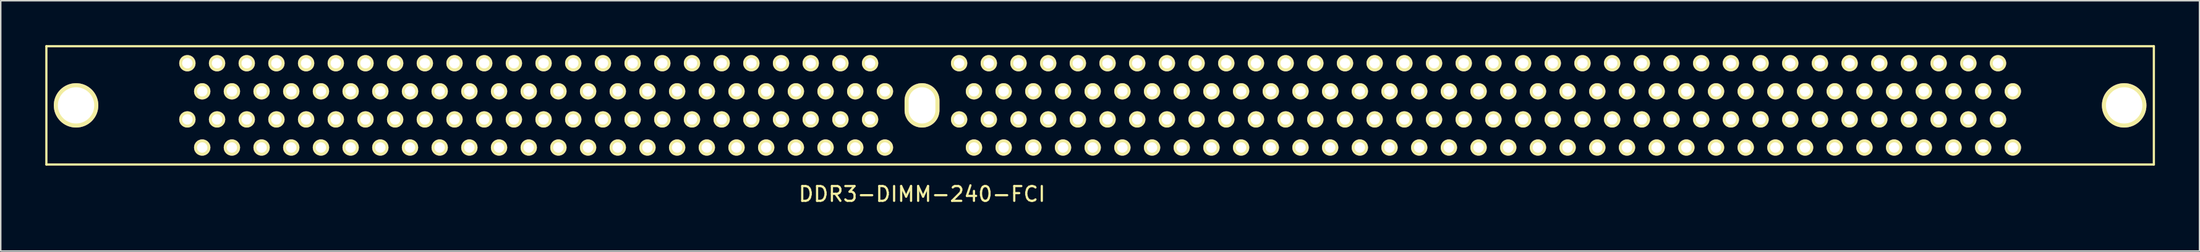
<source format=kicad_pcb>
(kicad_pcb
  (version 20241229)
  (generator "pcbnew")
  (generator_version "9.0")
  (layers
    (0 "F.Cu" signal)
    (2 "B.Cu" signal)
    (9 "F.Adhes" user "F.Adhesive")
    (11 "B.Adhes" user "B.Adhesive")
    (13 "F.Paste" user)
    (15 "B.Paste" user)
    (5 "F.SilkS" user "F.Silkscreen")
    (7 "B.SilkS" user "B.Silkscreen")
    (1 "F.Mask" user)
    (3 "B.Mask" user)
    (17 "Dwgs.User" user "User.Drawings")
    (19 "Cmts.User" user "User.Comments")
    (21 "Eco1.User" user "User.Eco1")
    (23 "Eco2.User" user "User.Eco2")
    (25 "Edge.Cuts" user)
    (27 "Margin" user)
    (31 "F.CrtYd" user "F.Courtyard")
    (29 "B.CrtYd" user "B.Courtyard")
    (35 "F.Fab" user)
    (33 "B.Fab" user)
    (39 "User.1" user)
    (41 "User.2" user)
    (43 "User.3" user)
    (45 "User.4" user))
  (footprint "DDR3-DIMM-240-FCI"
    (layer "F.Cu")
    (at 59.075 4.075)
    (property "Reference" "DDR3-DIMM-240-FCI" (at 0 6 0) (layer "F.SilkS") (effects (font (size 1 1) (thickness 0.15))))
    (attr through_hole)
    (fp_line (start -59 -4) (end -59 4) (stroke (width 0.15) (type solid)) (layer "F.SilkS"))
    (fp_line (start -59 -4) (end 83 -4) (stroke (width 0.15) (type solid)) (layer "F.SilkS"))
    (fp_line (start -59 4) (end 83 4) (stroke (width 0.15) (type solid)) (layer "F.SilkS"))
    (fp_line (start 83 -4) (end 83 4) (stroke (width 0.15) (type solid)) (layer "F.SilkS"))
    (pad "" thru_hole circle (at -57 0) (size 3 3) (drill 2.45) (layers "*.Cu" "*.Mask" "F.SilkS"))
    (pad "" thru_hole oval (at 0 0) (size 2.35 3) (drill oval 1.8 2.45) (layers "*.Cu" "*.Mask" "F.SilkS"))
    (pad "" thru_hole circle (at 81 0) (size 3 3) (drill 2.45) (layers "*.Cu" "*.Mask" "F.SilkS"))
    (pad "1" thru_hole circle (at -49.5 0.95) (size 1.1 1.1) (drill 0.7) (layers "*.Cu" "*.Mask" "F.SilkS"))
    (pad "2" thru_hole circle (at -48.5 2.85) (size 1.1 1.1) (drill 0.7) (layers "*.Cu" "*.Mask" "F.SilkS"))
    (pad "3" thru_hole circle (at -47.5 0.95) (size 1.1 1.1) (drill 0.7) (layers "*.Cu" "*.Mask" "F.SilkS"))
    (pad "4" thru_hole circle (at -46.5 2.85) (size 1.1 1.1) (drill 0.7) (layers "*.Cu" "*.Mask" "F.SilkS"))
    (pad "5" thru_hole circle (at -45.5 0.95) (size 1.1 1.1) (drill 0.7) (layers "*.Cu" "*.Mask" "F.SilkS"))
    (pad "6" thru_hole circle (at -44.5 2.85) (size 1.1 1.1) (drill 0.7) (layers "*.Cu" "*.Mask" "F.SilkS"))
    (pad "7" thru_hole circle (at -43.5 0.95) (size 1.1 1.1) (drill 0.7) (layers "*.Cu" "*.Mask" "F.SilkS"))
    (pad "8" thru_hole circle (at -42.5 2.85) (size 1.1 1.1) (drill 0.7) (layers "*.Cu" "*.Mask" "F.SilkS"))
    (pad "9" thru_hole circle (at -41.5 0.95) (size 1.1 1.1) (drill 0.7) (layers "*.Cu" "*.Mask" "F.SilkS"))
    (pad "10" thru_hole circle (at -40.5 2.85) (size 1.1 1.1) (drill 0.7) (layers "*.Cu" "*.Mask" "F.SilkS"))
    (pad "11" thru_hole circle (at -39.5 0.95) (size 1.1 1.1) (drill 0.7) (layers "*.Cu" "*.Mask" "F.SilkS"))
    (pad "12" thru_hole circle (at -38.5 2.85) (size 1.1 1.1) (drill 0.7) (layers "*.Cu" "*.Mask" "F.SilkS"))
    (pad "13" thru_hole circle (at -37.5 0.95) (size 1.1 1.1) (drill 0.7) (layers "*.Cu" "*.Mask" "F.SilkS"))
    (pad "14" thru_hole circle (at -36.5 2.85) (size 1.1 1.1) (drill 0.7) (layers "*.Cu" "*.Mask" "F.SilkS"))
    (pad "15" thru_hole circle (at -35.5 0.95) (size 1.1 1.1) (drill 0.7) (layers "*.Cu" "*.Mask" "F.SilkS"))
    (pad "16" thru_hole circle (at -34.5 2.85) (size 1.1 1.1) (drill 0.7) (layers "*.Cu" "*.Mask" "F.SilkS"))
    (pad "17" thru_hole circle (at -33.5 0.95) (size 1.1 1.1) (drill 0.7) (layers "*.Cu" "*.Mask" "F.SilkS"))
    (pad "18" thru_hole circle (at -32.5 2.85) (size 1.1 1.1) (drill 0.7) (layers "*.Cu" "*.Mask" "F.SilkS"))
    (pad "19" thru_hole circle (at -31.5 0.95) (size 1.1 1.1) (drill 0.7) (layers "*.Cu" "*.Mask" "F.SilkS"))
    (pad "20" thru_hole circle (at -30.5 2.85) (size 1.1 1.1) (drill 0.7) (layers "*.Cu" "*.Mask" "F.SilkS"))
    (pad "21" thru_hole circle (at -29.5 0.95) (size 1.1 1.1) (drill 0.7) (layers "*.Cu" "*.Mask" "F.SilkS"))
    (pad "22" thru_hole circle (at -28.5 2.85) (size 1.1 1.1) (drill 0.7) (layers "*.Cu" "*.Mask" "F.SilkS"))
    (pad "23" thru_hole circle (at -27.5 0.95) (size 1.1 1.1) (drill 0.7) (layers "*.Cu" "*.Mask" "F.SilkS"))
    (pad "24" thru_hole circle (at -26.5 2.85) (size 1.1 1.1) (drill 0.7) (layers "*.Cu" "*.Mask" "F.SilkS"))
    (pad "25" thru_hole circle (at -25.5 0.95) (size 1.1 1.1) (drill 0.7) (layers "*.Cu" "*.Mask" "F.SilkS"))
    (pad "26" thru_hole circle (at -24.5 2.85) (size 1.1 1.1) (drill 0.7) (layers "*.Cu" "*.Mask" "F.SilkS"))
    (pad "27" thru_hole circle (at -23.5 0.95) (size 1.1 1.1) (drill 0.7) (layers "*.Cu" "*.Mask" "F.SilkS"))
    (pad "28" thru_hole circle (at -22.5 2.85) (size 1.1 1.1) (drill 0.7) (layers "*.Cu" "*.Mask" "F.SilkS"))
    (pad "29" thru_hole circle (at -21.5 0.95) (size 1.1 1.1) (drill 0.7) (layers "*.Cu" "*.Mask" "F.SilkS"))
    (pad "30" thru_hole circle (at -20.5 2.85) (size 1.1 1.1) (drill 0.7) (layers "*.Cu" "*.Mask" "F.SilkS"))
    (pad "31" thru_hole circle (at -19.5 0.95) (size 1.1 1.1) (drill 0.7) (layers "*.Cu" "*.Mask" "F.SilkS"))
    (pad "32" thru_hole circle (at -18.5 2.85) (size 1.1 1.1) (drill 0.7) (layers "*.Cu" "*.Mask" "F.SilkS"))
    (pad "33" thru_hole circle (at -17.5 0.95) (size 1.1 1.1) (drill 0.7) (layers "*.Cu" "*.Mask" "F.SilkS"))
    (pad "34" thru_hole circle (at -16.5 2.85) (size 1.1 1.1) (drill 0.7) (layers "*.Cu" "*.Mask" "F.SilkS"))
    (pad "35" thru_hole circle (at -15.5 0.95) (size 1.1 1.1) (drill 0.7) (layers "*.Cu" "*.Mask" "F.SilkS"))
    (pad "36" thru_hole circle (at -14.5 2.85) (size 1.1 1.1) (drill 0.7) (layers "*.Cu" "*.Mask" "F.SilkS"))
    (pad "37" thru_hole circle (at -13.5 0.95) (size 1.1 1.1) (drill 0.7) (layers "*.Cu" "*.Mask" "F.SilkS"))
    (pad "38" thru_hole circle (at -12.5 2.85) (size 1.1 1.1) (drill 0.7) (layers "*.Cu" "*.Mask" "F.SilkS"))
    (pad "39" thru_hole circle (at -11.5 0.95) (size 1.1 1.1) (drill 0.7) (layers "*.Cu" "*.Mask" "F.SilkS"))
    (pad "40" thru_hole circle (at -10.5 2.85) (size 1.1 1.1) (drill 0.7) (layers "*.Cu" "*.Mask" "F.SilkS"))
    (pad "41" thru_hole circle (at -9.5 0.95) (size 1.1 1.1) (drill 0.7) (layers "*.Cu" "*.Mask" "F.SilkS"))
    (pad "42" thru_hole circle (at -8.5 2.85) (size 1.1 1.1) (drill 0.7) (layers "*.Cu" "*.Mask" "F.SilkS"))
    (pad "43" thru_hole circle (at -7.5 0.95) (size 1.1 1.1) (drill 0.7) (layers "*.Cu" "*.Mask" "F.SilkS"))
    (pad "44" thru_hole circle (at -6.5 2.85) (size 1.1 1.1) (drill 0.7) (layers "*.Cu" "*.Mask" "F.SilkS"))
    (pad "45" thru_hole circle (at -5.5 0.95) (size 1.1 1.1) (drill 0.7) (layers "*.Cu" "*.Mask" "F.SilkS"))
    (pad "46" thru_hole circle (at -4.5 2.85) (size 1.1 1.1) (drill 0.7) (layers "*.Cu" "*.Mask" "F.SilkS"))
    (pad "47" thru_hole circle (at -3.5 0.95) (size 1.1 1.1) (drill 0.7) (layers "*.Cu" "*.Mask" "F.SilkS"))
    (pad "48" thru_hole circle (at -2.5 2.85) (size 1.1 1.1) (drill 0.7) (layers "*.Cu" "*.Mask" "F.SilkS"))
    (pad "49" thru_hole circle (at 2.5 0.95) (size 1.1 1.1) (drill 0.7) (layers "*.Cu" "*.Mask" "F.SilkS"))
    (pad "50" thru_hole circle (at 3.5 2.85) (size 1.1 1.1) (drill 0.7) (layers "*.Cu" "*.Mask" "F.SilkS"))
    (pad "51" thru_hole circle (at 4.5 0.95) (size 1.1 1.1) (drill 0.7) (layers "*.Cu" "*.Mask" "F.SilkS"))
    (pad "52" thru_hole circle (at 5.5 2.85) (size 1.1 1.1) (drill 0.7) (layers "*.Cu" "*.Mask" "F.SilkS"))
    (pad "53" thru_hole circle (at 6.5 0.95) (size 1.1 1.1) (drill 0.7) (layers "*.Cu" "*.Mask" "F.SilkS"))
    (pad "54" thru_hole circle (at 7.5 2.85) (size 1.1 1.1) (drill 0.7) (layers "*.Cu" "*.Mask" "F.SilkS"))
    (pad "55" thru_hole circle (at 8.5 0.95) (size 1.1 1.1) (drill 0.7) (layers "*.Cu" "*.Mask" "F.SilkS"))
    (pad "56" thru_hole circle (at 9.5 2.85) (size 1.1 1.1) (drill 0.7) (layers "*.Cu" "*.Mask" "F.SilkS"))
    (pad "57" thru_hole circle (at 10.5 0.95) (size 1.1 1.1) (drill 0.7) (layers "*.Cu" "*.Mask" "F.SilkS"))
    (pad "58" thru_hole circle (at 11.5 2.85) (size 1.1 1.1) (drill 0.7) (layers "*.Cu" "*.Mask" "F.SilkS"))
    (pad "59" thru_hole circle (at 12.5 0.95) (size 1.1 1.1) (drill 0.7) (layers "*.Cu" "*.Mask" "F.SilkS"))
    (pad "60" thru_hole circle (at 13.5 2.85) (size 1.1 1.1) (drill 0.7) (layers "*.Cu" "*.Mask" "F.SilkS"))
    (pad "61" thru_hole circle (at 14.5 0.95) (size 1.1 1.1) (drill 0.7) (layers "*.Cu" "*.Mask" "F.SilkS"))
    (pad "62" thru_hole circle (at 15.5 2.85) (size 1.1 1.1) (drill 0.7) (layers "*.Cu" "*.Mask" "F.SilkS"))
    (pad "63" thru_hole circle (at 16.5 0.95) (size 1.1 1.1) (drill 0.7) (layers "*.Cu" "*.Mask" "F.SilkS"))
    (pad "64" thru_hole circle (at 17.5 2.85) (size 1.1 1.1) (drill 0.7) (layers "*.Cu" "*.Mask" "F.SilkS"))
    (pad "65" thru_hole circle (at 18.5 0.95) (size 1.1 1.1) (drill 0.7) (layers "*.Cu" "*.Mask" "F.SilkS"))
    (pad "66" thru_hole circle (at 19.5 2.85) (size 1.1 1.1) (drill 0.7) (layers "*.Cu" "*.Mask" "F.SilkS"))
    (pad "67" thru_hole circle (at 20.5 0.95) (size 1.1 1.1) (drill 0.7) (layers "*.Cu" "*.Mask" "F.SilkS"))
    (pad "68" thru_hole circle (at 21.5 2.85) (size 1.1 1.1) (drill 0.7) (layers "*.Cu" "*.Mask" "F.SilkS"))
    (pad "69" thru_hole circle (at 22.5 0.95) (size 1.1 1.1) (drill 0.7) (layers "*.Cu" "*.Mask" "F.SilkS"))
    (pad "70" thru_hole circle (at 23.5 2.85) (size 1.1 1.1) (drill 0.7) (layers "*.Cu" "*.Mask" "F.SilkS"))
    (pad "71" thru_hole circle (at 24.5 0.95) (size 1.1 1.1) (drill 0.7) (layers "*.Cu" "*.Mask" "F.SilkS"))
    (pad "72" thru_hole circle (at 25.5 2.85) (size 1.1 1.1) (drill 0.7) (layers "*.Cu" "*.Mask" "F.SilkS"))
    (pad "73" thru_hole circle (at 26.5 0.95) (size 1.1 1.1) (drill 0.7) (layers "*.Cu" "*.Mask" "F.SilkS"))
    (pad "74" thru_hole circle (at 27.5 2.85) (size 1.1 1.1) (drill 0.7) (layers "*.Cu" "*.Mask" "F.SilkS"))
    (pad "75" thru_hole circle (at 28.5 0.95) (size 1.1 1.1) (drill 0.7) (layers "*.Cu" "*.Mask" "F.SilkS"))
    (pad "76" thru_hole circle (at 29.5 2.85) (size 1.1 1.1) (drill 0.7) (layers "*.Cu" "*.Mask" "F.SilkS"))
    (pad "77" thru_hole circle (at 30.5 0.95) (size 1.1 1.1) (drill 0.7) (layers "*.Cu" "*.Mask" "F.SilkS"))
    (pad "78" thru_hole circle (at 31.5 2.85) (size 1.1 1.1) (drill 0.7) (layers "*.Cu" "*.Mask" "F.SilkS"))
    (pad "79" thru_hole circle (at 32.5 0.95) (size 1.1 1.1) (drill 0.7) (layers "*.Cu" "*.Mask" "F.SilkS"))
    (pad "80" thru_hole circle (at 33.5 2.85) (size 1.1 1.1) (drill 0.7) (layers "*.Cu" "*.Mask" "F.SilkS"))
    (pad "81" thru_hole circle (at 34.5 0.95) (size 1.1 1.1) (drill 0.7) (layers "*.Cu" "*.Mask" "F.SilkS"))
    (pad "82" thru_hole circle (at 35.5 2.85) (size 1.1 1.1) (drill 0.7) (layers "*.Cu" "*.Mask" "F.SilkS"))
    (pad "83" thru_hole circle (at 36.5 0.95) (size 1.1 1.1) (drill 0.7) (layers "*.Cu" "*.Mask" "F.SilkS"))
    (pad "84" thru_hole circle (at 37.5 2.85) (size 1.1 1.1) (drill 0.7) (layers "*.Cu" "*.Mask" "F.SilkS"))
    (pad "85" thru_hole circle (at 38.5 0.95) (size 1.1 1.1) (drill 0.7) (layers "*.Cu" "*.Mask" "F.SilkS"))
    (pad "86" thru_hole circle (at 39.5 2.85) (size 1.1 1.1) (drill 0.7) (layers "*.Cu" "*.Mask" "F.SilkS"))
    (pad "87" thru_hole circle (at 40.5 0.95) (size 1.1 1.1) (drill 0.7) (layers "*.Cu" "*.Mask" "F.SilkS"))
    (pad "88" thru_hole circle (at 41.5 2.85) (size 1.1 1.1) (drill 0.7) (layers "*.Cu" "*.Mask" "F.SilkS"))
    (pad "89" thru_hole circle (at 42.5 0.95) (size 1.1 1.1) (drill 0.7) (layers "*.Cu" "*.Mask" "F.SilkS"))
    (pad "90" thru_hole circle (at 43.5 2.85) (size 1.1 1.1) (drill 0.7) (layers "*.Cu" "*.Mask" "F.SilkS"))
    (pad "91" thru_hole circle (at 44.5 0.95) (size 1.1 1.1) (drill 0.7) (layers "*.Cu" "*.Mask" "F.SilkS"))
    (pad "92" thru_hole circle (at 45.5 2.85) (size 1.1 1.1) (drill 0.7) (layers "*.Cu" "*.Mask" "F.SilkS"))
    (pad "93" thru_hole circle (at 46.5 0.95) (size 1.1 1.1) (drill 0.7) (layers "*.Cu" "*.Mask" "F.SilkS"))
    (pad "94" thru_hole circle (at 47.5 2.85) (size 1.1 1.1) (drill 0.7) (layers "*.Cu" "*.Mask" "F.SilkS"))
    (pad "95" thru_hole circle (at 48.5 0.95) (size 1.1 1.1) (drill 0.7) (layers "*.Cu" "*.Mask" "F.SilkS"))
    (pad "96" thru_hole circle (at 49.5 2.85) (size 1.1 1.1) (drill 0.7) (layers "*.Cu" "*.Mask" "F.SilkS"))
    (pad "97" thru_hole circle (at 50.5 0.95) (size 1.1 1.1) (drill 0.7) (layers "*.Cu" "*.Mask" "F.SilkS"))
    (pad "98" thru_hole circle (at 51.5 2.85) (size 1.1 1.1) (drill 0.7) (layers "*.Cu" "*.Mask" "F.SilkS"))
    (pad "99" thru_hole circle (at 52.5 0.95) (size 1.1 1.1) (drill 0.7) (layers "*.Cu" "*.Mask" "F.SilkS"))
    (pad "100" thru_hole circle (at 53.5 2.85) (size 1.1 1.1) (drill 0.7) (layers "*.Cu" "*.Mask" "F.SilkS"))
    (pad "101" thru_hole circle (at 54.5 0.95) (size 1.1 1.1) (drill 0.7) (layers "*.Cu" "*.Mask" "F.SilkS"))
    (pad "102" thru_hole circle (at 55.5 2.85) (size 1.1 1.1) (drill 0.7) (layers "*.Cu" "*.Mask" "F.SilkS"))
    (pad "103" thru_hole circle (at 56.5 0.95) (size 1.1 1.1) (drill 0.7) (layers "*.Cu" "*.Mask" "F.SilkS"))
    (pad "104" thru_hole circle (at 57.5 2.85) (size 1.1 1.1) (drill 0.7) (layers "*.Cu" "*.Mask" "F.SilkS"))
    (pad "105" thru_hole circle (at 58.5 0.95) (size 1.1 1.1) (drill 0.7) (layers "*.Cu" "*.Mask" "F.SilkS"))
    (pad "106" thru_hole circle (at 59.5 2.85) (size 1.1 1.1) (drill 0.7) (layers "*.Cu" "*.Mask" "F.SilkS"))
    (pad "107" thru_hole circle (at 60.5 0.95) (size 1.1 1.1) (drill 0.7) (layers "*.Cu" "*.Mask" "F.SilkS"))
    (pad "108" thru_hole circle (at 61.5 2.85) (size 1.1 1.1) (drill 0.7) (layers "*.Cu" "*.Mask" "F.SilkS"))
    (pad "109" thru_hole circle (at 62.5 0.95) (size 1.1 1.1) (drill 0.7) (layers "*.Cu" "*.Mask" "F.SilkS"))
    (pad "110" thru_hole circle (at 63.5 2.85) (size 1.1 1.1) (drill 0.7) (layers "*.Cu" "*.Mask" "F.SilkS"))
    (pad "111" thru_hole circle (at 64.5 0.95) (size 1.1 1.1) (drill 0.7) (layers "*.Cu" "*.Mask" "F.SilkS"))
    (pad "112" thru_hole circle (at 65.5 2.85) (size 1.1 1.1) (drill 0.7) (layers "*.Cu" "*.Mask" "F.SilkS"))
    (pad "113" thru_hole circle (at 66.5 0.95) (size 1.1 1.1) (drill 0.7) (layers "*.Cu" "*.Mask" "F.SilkS"))
    (pad "114" thru_hole circle (at 67.5 2.85) (size 1.1 1.1) (drill 0.7) (layers "*.Cu" "*.Mask" "F.SilkS"))
    (pad "115" thru_hole circle (at 68.5 0.95) (size 1.1 1.1) (drill 0.7) (layers "*.Cu" "*.Mask" "F.SilkS"))
    (pad "116" thru_hole circle (at 69.5 2.85) (size 1.1 1.1) (drill 0.7) (layers "*.Cu" "*.Mask" "F.SilkS"))
    (pad "117" thru_hole circle (at 70.5 0.95) (size 1.1 1.1) (drill 0.7) (layers "*.Cu" "*.Mask" "F.SilkS"))
    (pad "118" thru_hole circle (at 71.5 2.85) (size 1.1 1.1) (drill 0.7) (layers "*.Cu" "*.Mask" "F.SilkS"))
    (pad "119" thru_hole circle (at 72.5 0.95) (size 1.1 1.1) (drill 0.7) (layers "*.Cu" "*.Mask" "F.SilkS"))
    (pad "120" thru_hole circle (at 73.5 2.85) (size 1.1 1.1) (drill 0.7) (layers "*.Cu" "*.Mask" "F.SilkS"))
    (pad "121" thru_hole circle (at -49.5 -2.85) (size 1.1 1.1) (drill 0.7) (layers "*.Cu" "*.Mask" "F.SilkS"))
    (pad "122" thru_hole circle (at -48.5 -0.95) (size 1.1 1.1) (drill 0.7) (layers "*.Cu" "*.Mask" "F.SilkS"))
    (pad "123" thru_hole circle (at -47.5 -2.85) (size 1.1 1.1) (drill 0.7) (layers "*.Cu" "*.Mask" "F.SilkS"))
    (pad "124" thru_hole circle (at -46.5 -0.95) (size 1.1 1.1) (drill 0.7) (layers "*.Cu" "*.Mask" "F.SilkS"))
    (pad "125" thru_hole circle (at -45.5 -2.85) (size 1.1 1.1) (drill 0.7) (layers "*.Cu" "*.Mask" "F.SilkS"))
    (pad "126" thru_hole circle (at -44.5 -0.95) (size 1.1 1.1) (drill 0.7) (layers "*.Cu" "*.Mask" "F.SilkS"))
    (pad "127" thru_hole circle (at -43.5 -2.85) (size 1.1 1.1) (drill 0.7) (layers "*.Cu" "*.Mask" "F.SilkS"))
    (pad "128" thru_hole circle (at -42.5 -0.95) (size 1.1 1.1) (drill 0.7) (layers "*.Cu" "*.Mask" "F.SilkS"))
    (pad "129" thru_hole circle (at -41.5 -2.85) (size 1.1 1.1) (drill 0.7) (layers "*.Cu" "*.Mask" "F.SilkS"))
    (pad "130" thru_hole circle (at -40.5 -0.95) (size 1.1 1.1) (drill 0.7) (layers "*.Cu" "*.Mask" "F.SilkS"))
    (pad "131" thru_hole circle (at -39.5 -2.85) (size 1.1 1.1) (drill 0.7) (layers "*.Cu" "*.Mask" "F.SilkS"))
    (pad "132" thru_hole circle (at -38.5 -0.95) (size 1.1 1.1) (drill 0.7) (layers "*.Cu" "*.Mask" "F.SilkS"))
    (pad "133" thru_hole circle (at -37.5 -2.85) (size 1.1 1.1) (drill 0.7) (layers "*.Cu" "*.Mask" "F.SilkS"))
    (pad "134" thru_hole circle (at -36.5 -0.95) (size 1.1 1.1) (drill 0.7) (layers "*.Cu" "*.Mask" "F.SilkS"))
    (pad "135" thru_hole circle (at -35.5 -2.85) (size 1.1 1.1) (drill 0.7) (layers "*.Cu" "*.Mask" "F.SilkS"))
    (pad "136" thru_hole circle (at -34.5 -0.95) (size 1.1 1.1) (drill 0.7) (layers "*.Cu" "*.Mask" "F.SilkS"))
    (pad "137" thru_hole circle (at -33.5 -2.85) (size 1.1 1.1) (drill 0.7) (layers "*.Cu" "*.Mask" "F.SilkS"))
    (pad "138" thru_hole circle (at -32.5 -0.95) (size 1.1 1.1) (drill 0.7) (layers "*.Cu" "*.Mask" "F.SilkS"))
    (pad "139" thru_hole circle (at -31.5 -2.85) (size 1.1 1.1) (drill 0.7) (layers "*.Cu" "*.Mask" "F.SilkS"))
    (pad "140" thru_hole circle (at -30.5 -0.95) (size 1.1 1.1) (drill 0.7) (layers "*.Cu" "*.Mask" "F.SilkS"))
    (pad "141" thru_hole circle (at -29.5 -2.85) (size 1.1 1.1) (drill 0.7) (layers "*.Cu" "*.Mask" "F.SilkS"))
    (pad "142" thru_hole circle (at -28.5 -0.95) (size 1.1 1.1) (drill 0.7) (layers "*.Cu" "*.Mask" "F.SilkS"))
    (pad "143" thru_hole circle (at -27.5 -2.85) (size 1.1 1.1) (drill 0.7) (layers "*.Cu" "*.Mask" "F.SilkS"))
    (pad "144" thru_hole circle (at -26.5 -0.95) (size 1.1 1.1) (drill 0.7) (layers "*.Cu" "*.Mask" "F.SilkS"))
    (pad "145" thru_hole circle (at -25.5 -2.85) (size 1.1 1.1) (drill 0.7) (layers "*.Cu" "*.Mask" "F.SilkS"))
    (pad "146" thru_hole circle (at -24.5 -0.95) (size 1.1 1.1) (drill 0.7) (layers "*.Cu" "*.Mask" "F.SilkS"))
    (pad "147" thru_hole circle (at -23.5 -2.85) (size 1.1 1.1) (drill 0.7) (layers "*.Cu" "*.Mask" "F.SilkS"))
    (pad "148" thru_hole circle (at -22.5 -0.95) (size 1.1 1.1) (drill 0.7) (layers "*.Cu" "*.Mask" "F.SilkS"))
    (pad "149" thru_hole circle (at -21.5 -2.85) (size 1.1 1.1) (drill 0.7) (layers "*.Cu" "*.Mask" "F.SilkS"))
    (pad "150" thru_hole circle (at -20.5 -0.95) (size 1.1 1.1) (drill 0.7) (layers "*.Cu" "*.Mask" "F.SilkS"))
    (pad "151" thru_hole circle (at -19.5 -2.85) (size 1.1 1.1) (drill 0.7) (layers "*.Cu" "*.Mask" "F.SilkS"))
    (pad "152" thru_hole circle (at -18.5 -0.95) (size 1.1 1.1) (drill 0.7) (layers "*.Cu" "*.Mask" "F.SilkS"))
    (pad "153" thru_hole circle (at -17.5 -2.85) (size 1.1 1.1) (drill 0.7) (layers "*.Cu" "*.Mask" "F.SilkS"))
    (pad "154" thru_hole circle (at -16.5 -0.95) (size 1.1 1.1) (drill 0.7) (layers "*.Cu" "*.Mask" "F.SilkS"))
    (pad "155" thru_hole circle (at -15.5 -2.85) (size 1.1 1.1) (drill 0.7) (layers "*.Cu" "*.Mask" "F.SilkS"))
    (pad "156" thru_hole circle (at -14.5 -0.95) (size 1.1 1.1) (drill 0.7) (layers "*.Cu" "*.Mask" "F.SilkS"))
    (pad "157" thru_hole circle (at -13.5 -2.85) (size 1.1 1.1) (drill 0.7) (layers "*.Cu" "*.Mask" "F.SilkS"))
    (pad "158" thru_hole circle (at -12.5 -0.95) (size 1.1 1.1) (drill 0.7) (layers "*.Cu" "*.Mask" "F.SilkS"))
    (pad "159" thru_hole circle (at -11.5 -2.85) (size 1.1 1.1) (drill 0.7) (layers "*.Cu" "*.Mask" "F.SilkS"))
    (pad "160" thru_hole circle (at -10.5 -0.95) (size 1.1 1.1) (drill 0.7) (layers "*.Cu" "*.Mask" "F.SilkS"))
    (pad "161" thru_hole circle (at -9.5 -2.85) (size 1.1 1.1) (drill 0.7) (layers "*.Cu" "*.Mask" "F.SilkS"))
    (pad "162" thru_hole circle (at -8.5 -0.95) (size 1.1 1.1) (drill 0.7) (layers "*.Cu" "*.Mask" "F.SilkS"))
    (pad "163" thru_hole circle (at -7.5 -2.85) (size 1.1 1.1) (drill 0.7) (layers "*.Cu" "*.Mask" "F.SilkS"))
    (pad "164" thru_hole circle (at -6.5 -0.95) (size 1.1 1.1) (drill 0.7) (layers "*.Cu" "*.Mask" "F.SilkS"))
    (pad "165" thru_hole circle (at -5.5 -2.85) (size 1.1 1.1) (drill 0.7) (layers "*.Cu" "*.Mask" "F.SilkS"))
    (pad "166" thru_hole circle (at -4.5 -0.95) (size 1.1 1.1) (drill 0.7) (layers "*.Cu" "*.Mask" "F.SilkS"))
    (pad "167" thru_hole circle (at -3.5 -2.85) (size 1.1 1.1) (drill 0.7) (layers "*.Cu" "*.Mask" "F.SilkS"))
    (pad "168" thru_hole circle (at -2.5 -0.95) (size 1.1 1.1) (drill 0.7) (layers "*.Cu" "*.Mask" "F.SilkS"))
    (pad "169" thru_hole circle (at 2.5 -2.85) (size 1.1 1.1) (drill 0.7) (layers "*.Cu" "*.Mask" "F.SilkS"))
    (pad "170" thru_hole circle (at 3.5 -0.95) (size 1.1 1.1) (drill 0.7) (layers "*.Cu" "*.Mask" "F.SilkS"))
    (pad "171" thru_hole circle (at 4.5 -2.85) (size 1.1 1.1) (drill 0.7) (layers "*.Cu" "*.Mask" "F.SilkS"))
    (pad "172" thru_hole circle (at 5.5 -0.95) (size 1.1 1.1) (drill 0.7) (layers "*.Cu" "*.Mask" "F.SilkS"))
    (pad "173" thru_hole circle (at 6.5 -2.85) (size 1.1 1.1) (drill 0.7) (layers "*.Cu" "*.Mask" "F.SilkS"))
    (pad "174" thru_hole circle (at 7.5 -0.95) (size 1.1 1.1) (drill 0.7) (layers "*.Cu" "*.Mask" "F.SilkS"))
    (pad "175" thru_hole circle (at 8.5 -2.85) (size 1.1 1.1) (drill 0.7) (layers "*.Cu" "*.Mask" "F.SilkS"))
    (pad "176" thru_hole circle (at 9.5 -0.95) (size 1.1 1.1) (drill 0.7) (layers "*.Cu" "*.Mask" "F.SilkS"))
    (pad "177" thru_hole circle (at 10.5 -2.85) (size 1.1 1.1) (drill 0.7) (layers "*.Cu" "*.Mask" "F.SilkS"))
    (pad "178" thru_hole circle (at 11.5 -0.95) (size 1.1 1.1) (drill 0.7) (layers "*.Cu" "*.Mask" "F.SilkS"))
    (pad "179" thru_hole circle (at 12.5 -2.85) (size 1.1 1.1) (drill 0.7) (layers "*.Cu" "*.Mask" "F.SilkS"))
    (pad "180" thru_hole circle (at 13.5 -0.95) (size 1.1 1.1) (drill 0.7) (layers "*.Cu" "*.Mask" "F.SilkS"))
    (pad "181" thru_hole circle (at 14.5 -2.85) (size 1.1 1.1) (drill 0.7) (layers "*.Cu" "*.Mask" "F.SilkS"))
    (pad "182" thru_hole circle (at 15.5 -0.95) (size 1.1 1.1) (drill 0.7) (layers "*.Cu" "*.Mask" "F.SilkS"))
    (pad "183" thru_hole circle (at 16.5 -2.85) (size 1.1 1.1) (drill 0.7) (layers "*.Cu" "*.Mask" "F.SilkS"))
    (pad "184" thru_hole circle (at 17.5 -0.95) (size 1.1 1.1) (drill 0.7) (layers "*.Cu" "*.Mask" "F.SilkS"))
    (pad "185" thru_hole circle (at 18.5 -2.85) (size 1.1 1.1) (drill 0.7) (layers "*.Cu" "*.Mask" "F.SilkS"))
    (pad "186" thru_hole circle (at 19.5 -0.95) (size 1.1 1.1) (drill 0.7) (layers "*.Cu" "*.Mask" "F.SilkS"))
    (pad "187" thru_hole circle (at 20.5 -2.85) (size 1.1 1.1) (drill 0.7) (layers "*.Cu" "*.Mask" "F.SilkS"))
    (pad "188" thru_hole circle (at 21.5 -0.95) (size 1.1 1.1) (drill 0.7) (layers "*.Cu" "*.Mask" "F.SilkS"))
    (pad "189" thru_hole circle (at 22.5 -2.85) (size 1.1 1.1) (drill 0.7) (layers "*.Cu" "*.Mask" "F.SilkS"))
    (pad "190" thru_hole circle (at 23.5 -0.95) (size 1.1 1.1) (drill 0.7) (layers "*.Cu" "*.Mask" "F.SilkS"))
    (pad "191" thru_hole circle (at 24.5 -2.85) (size 1.1 1.1) (drill 0.7) (layers "*.Cu" "*.Mask" "F.SilkS"))
    (pad "192" thru_hole circle (at 25.5 -0.95) (size 1.1 1.1) (drill 0.7) (layers "*.Cu" "*.Mask" "F.SilkS"))
    (pad "193" thru_hole circle (at 26.5 -2.85) (size 1.1 1.1) (drill 0.7) (layers "*.Cu" "*.Mask" "F.SilkS"))
    (pad "194" thru_hole circle (at 27.5 -0.95) (size 1.1 1.1) (drill 0.7) (layers "*.Cu" "*.Mask" "F.SilkS"))
    (pad "195" thru_hole circle (at 28.5 -2.85) (size 1.1 1.1) (drill 0.7) (layers "*.Cu" "*.Mask" "F.SilkS"))
    (pad "196" thru_hole circle (at 29.5 -0.95) (size 1.1 1.1) (drill 0.7) (layers "*.Cu" "*.Mask" "F.SilkS"))
    (pad "197" thru_hole circle (at 30.5 -2.85) (size 1.1 1.1) (drill 0.7) (layers "*.Cu" "*.Mask" "F.SilkS"))
    (pad "198" thru_hole circle (at 31.5 -0.95) (size 1.1 1.1) (drill 0.7) (layers "*.Cu" "*.Mask" "F.SilkS"))
    (pad "199" thru_hole circle (at 32.5 -2.85) (size 1.1 1.1) (drill 0.7) (layers "*.Cu" "*.Mask" "F.SilkS"))
    (pad "200" thru_hole circle (at 33.5 -0.95) (size 1.1 1.1) (drill 0.7) (layers "*.Cu" "*.Mask" "F.SilkS"))
    (pad "201" thru_hole circle (at 34.5 -2.85) (size 1.1 1.1) (drill 0.7) (layers "*.Cu" "*.Mask" "F.SilkS"))
    (pad "202" thru_hole circle (at 35.5 -0.95) (size 1.1 1.1) (drill 0.7) (layers "*.Cu" "*.Mask" "F.SilkS"))
    (pad "203" thru_hole circle (at 36.5 -2.85) (size 1.1 1.1) (drill 0.7) (layers "*.Cu" "*.Mask" "F.SilkS"))
    (pad "204" thru_hole circle (at 37.5 -0.95) (size 1.1 1.1) (drill 0.7) (layers "*.Cu" "*.Mask" "F.SilkS"))
    (pad "205" thru_hole circle (at 38.5 -2.85) (size 1.1 1.1) (drill 0.7) (layers "*.Cu" "*.Mask" "F.SilkS"))
    (pad "206" thru_hole circle (at 39.5 -0.95) (size 1.1 1.1) (drill 0.7) (layers "*.Cu" "*.Mask" "F.SilkS"))
    (pad "207" thru_hole circle (at 40.5 -2.85) (size 1.1 1.1) (drill 0.7) (layers "*.Cu" "*.Mask" "F.SilkS"))
    (pad "208" thru_hole circle (at 41.5 -0.95) (size 1.1 1.1) (drill 0.7) (layers "*.Cu" "*.Mask" "F.SilkS"))
    (pad "209" thru_hole circle (at 42.5 -2.85) (size 1.1 1.1) (drill 0.7) (layers "*.Cu" "*.Mask" "F.SilkS"))
    (pad "210" thru_hole circle (at 43.5 -0.95) (size 1.1 1.1) (drill 0.7) (layers "*.Cu" "*.Mask" "F.SilkS"))
    (pad "211" thru_hole circle (at 44.5 -2.85) (size 1.1 1.1) (drill 0.7) (layers "*.Cu" "*.Mask" "F.SilkS"))
    (pad "212" thru_hole circle (at 45.5 -0.95) (size 1.1 1.1) (drill 0.7) (layers "*.Cu" "*.Mask" "F.SilkS"))
    (pad "213" thru_hole circle (at 46.5 -2.85) (size 1.1 1.1) (drill 0.7) (layers "*.Cu" "*.Mask" "F.SilkS"))
    (pad "214" thru_hole circle (at 47.5 -0.95) (size 1.1 1.1) (drill 0.7) (layers "*.Cu" "*.Mask" "F.SilkS"))
    (pad "215" thru_hole circle (at 48.5 -2.85) (size 1.1 1.1) (drill 0.7) (layers "*.Cu" "*.Mask" "F.SilkS"))
    (pad "216" thru_hole circle (at 49.5 -0.95) (size 1.1 1.1) (drill 0.7) (layers "*.Cu" "*.Mask" "F.SilkS"))
    (pad "217" thru_hole circle (at 50.5 -2.85) (size 1.1 1.1) (drill 0.7) (layers "*.Cu" "*.Mask" "F.SilkS"))
    (pad "218" thru_hole circle (at 51.5 -0.95) (size 1.1 1.1) (drill 0.7) (layers "*.Cu" "*.Mask" "F.SilkS"))
    (pad "219" thru_hole circle (at 52.5 -2.85) (size 1.1 1.1) (drill 0.7) (layers "*.Cu" "*.Mask" "F.SilkS"))
    (pad "220" thru_hole circle (at 53.5 -0.95) (size 1.1 1.1) (drill 0.7) (layers "*.Cu" "*.Mask" "F.SilkS"))
    (pad "221" thru_hole circle (at 54.5 -2.85) (size 1.1 1.1) (drill 0.7) (layers "*.Cu" "*.Mask" "F.SilkS"))
    (pad "222" thru_hole circle (at 55.5 -0.95) (size 1.1 1.1) (drill 0.7) (layers "*.Cu" "*.Mask" "F.SilkS"))
    (pad "223" thru_hole circle (at 56.5 -2.85) (size 1.1 1.1) (drill 0.7) (layers "*.Cu" "*.Mask" "F.SilkS"))
    (pad "224" thru_hole circle (at 57.5 -0.95) (size 1.1 1.1) (drill 0.7) (layers "*.Cu" "*.Mask" "F.SilkS"))
    (pad "225" thru_hole circle (at 58.5 -2.85) (size 1.1 1.1) (drill 0.7) (layers "*.Cu" "*.Mask" "F.SilkS"))
    (pad "226" thru_hole circle (at 59.5 -0.95) (size 1.1 1.1) (drill 0.7) (layers "*.Cu" "*.Mask" "F.SilkS"))
    (pad "227" thru_hole circle (at 60.5 -2.85) (size 1.1 1.1) (drill 0.7) (layers "*.Cu" "*.Mask" "F.SilkS"))
    (pad "228" thru_hole circle (at 61.5 -0.95) (size 1.1 1.1) (drill 0.7) (layers "*.Cu" "*.Mask" "F.SilkS"))
    (pad "229" thru_hole circle (at 62.5 -2.85) (size 1.1 1.1) (drill 0.7) (layers "*.Cu" "*.Mask" "F.SilkS"))
    (pad "230" thru_hole circle (at 63.5 -0.95) (size 1.1 1.1) (drill 0.7) (layers "*.Cu" "*.Mask" "F.SilkS"))
    (pad "231" thru_hole circle (at 64.5 -2.85) (size 1.1 1.1) (drill 0.7) (layers "*.Cu" "*.Mask" "F.SilkS"))
    (pad "232" thru_hole circle (at 65.5 -0.95) (size 1.1 1.1) (drill 0.7) (layers "*.Cu" "*.Mask" "F.SilkS"))
    (pad "233" thru_hole circle (at 66.5 -2.85) (size 1.1 1.1) (drill 0.7) (layers "*.Cu" "*.Mask" "F.SilkS"))
    (pad "234" thru_hole circle (at 67.5 -0.95) (size 1.1 1.1) (drill 0.7) (layers "*.Cu" "*.Mask" "F.SilkS"))
    (pad "235" thru_hole circle (at 68.5 -2.85) (size 1.1 1.1) (drill 0.7) (layers "*.Cu" "*.Mask" "F.SilkS"))
    (pad "236" thru_hole circle (at 69.5 -0.95) (size 1.1 1.1) (drill 0.7) (layers "*.Cu" "*.Mask" "F.SilkS"))
    (pad "237" thru_hole circle (at 70.5 -2.85) (size 1.1 1.1) (drill 0.7) (layers "*.Cu" "*.Mask" "F.SilkS"))
    (pad "238" thru_hole circle (at 71.5 -0.95) (size 1.1 1.1) (drill 0.7) (layers "*.Cu" "*.Mask" "F.SilkS"))
    (pad "239" thru_hole circle (at 72.5 -2.85) (size 1.1 1.1) (drill 0.7) (layers "*.Cu" "*.Mask" "F.SilkS"))
    (pad "240" thru_hole circle (at 73.5 -0.95) (size 1.1 1.1) (drill 0.7) (layers "*.Cu" "*.Mask" "F.SilkS")))
  (gr_rect
    (start -3 -3)
    (end 145.15 13.923)
    (stroke (width 0.1) (type default))
    (fill no)
    (layer "Edge.Cuts")))
</source>
